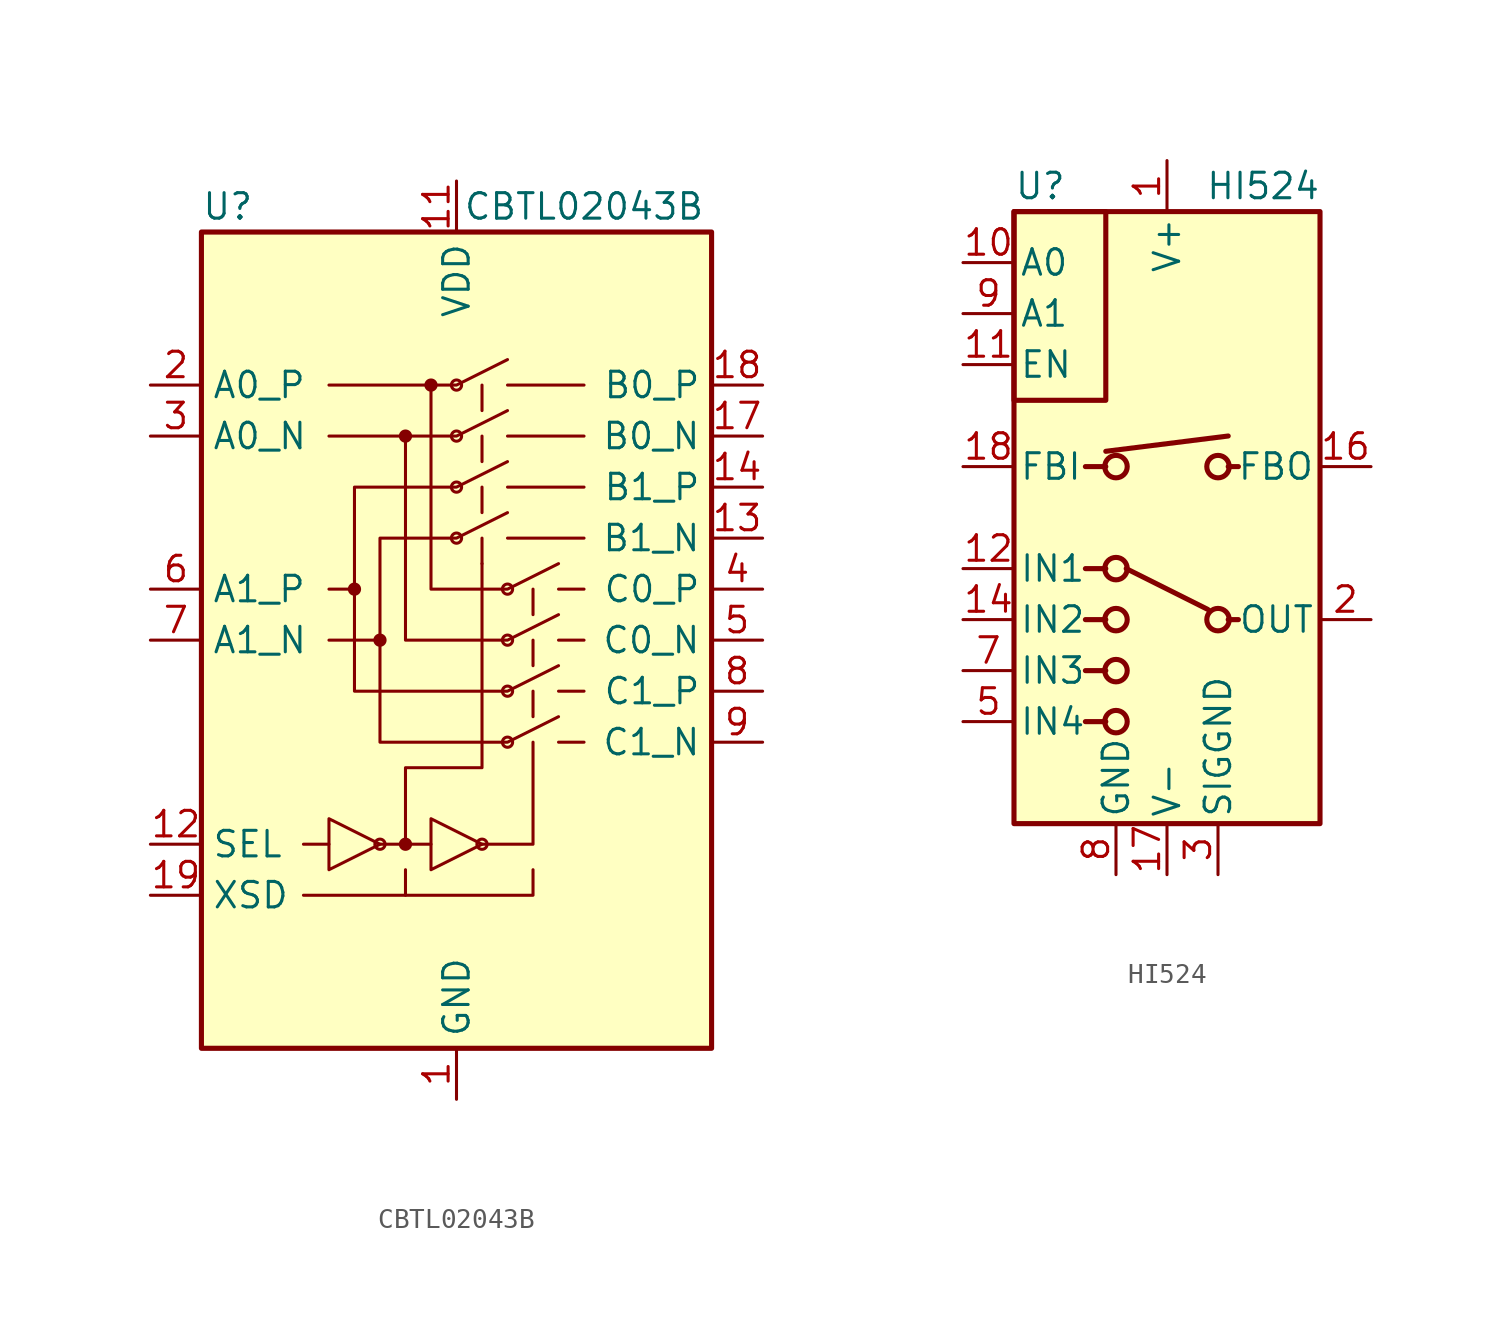
<source format=kicad_sym>
(kicad_symbol_lib
  (version 20211014)
  (generator kicad_symbol_editor)
  (symbol "CBTL02043B"
    (property "Reference" "U"
      (at -12.7 21.59 0)
      (effects (font (size 1.27 1.27)) (justify left)))
    (property "Value" "CBTL02043B"
      (at 6.35 21.59 0)
      (effects (font (size 1.27 1.27))))
    (symbol "CBTL02043B_0_1"
      (rectangle (start -12.7 20.32) (end 12.7 -20.32) (stroke (width 0.254) (type default) (color 0 0 0 0)) (fill (type background)))
      (circle (center -5.08 2.54) (radius 0.254) (stroke (width 0) (type default) (color 0 0 0 0)) (fill (type outline)))
      (circle (center -3.81 0) (radius 0.254) (stroke (width 0) (type default) (color 0 0 0 0)) (fill (type outline)))
      (circle (center -2.54 10.16) (radius 0.254) (stroke (width 0) (type default) (color 0 0 0 0)) (fill (type outline)))
      (circle (center -1.27 12.7) (radius 0.254) (stroke (width 0) (type default) (color 0 0 0 0)) (fill (type outline)))
      (polyline (pts (xy -7.62 -10.16) (xy -6.35 -10.16)) (stroke (width 0) (type default) (color 0 0 0 0)) (fill (type none)))
      (polyline (pts (xy -2.54 -12.7) (xy -2.54 -11.43)) (stroke (width 0) (type default) (color 0 0 0 0)) (fill (type none)))
      (polyline (pts (xy -7.62 -12.7) (xy 3.81 -12.7) (xy 3.81 -11.43)) (stroke (width 0) (type default) (color 0 0 0 0)) (fill (type none)))
      (polyline (pts (xy 1.27 -10.16) (xy -1.27 -8.89) (xy -1.27 -11.43) (xy 1.27 -10.16)) (stroke (width 0) (type default) (color 0 0 0 0)) (fill (type none)))
      (polyline (pts (xy 5.08 -3.81) (xy 2.54 -5.08) (xy -3.81 -5.08) (xy -3.81 0)) (stroke (width 0) (type default) (color 0 0 0 0)) (fill (type none)))
      (polyline (pts (xy 5.08 -1.27) (xy 2.54 -2.54) (xy -5.08 -2.54) (xy -5.08 2.54)) (stroke (width 0) (type default) (color 0 0 0 0)) (fill (type none)))
      (polyline (pts (xy 5.08 1.27) (xy 2.54 0) (xy -2.54 0) (xy -2.54 10.16)) (stroke (width 0) (type default) (color 0 0 0 0)) (fill (type none)))
      (polyline (pts (xy 5.08 3.81) (xy 2.54 2.54) (xy -1.27 2.54) (xy -1.27 12.7)) (stroke (width 0) (type default) (color 0 0 0 0)) (fill (type none))))
    (symbol "CBTL02043B_1_1"
      (circle (center -3.81 -10.16) (radius 0.254) (stroke (width 0) (type default) (color 0 0 0 0)) (fill (type none)))
      (circle (center -2.54 -10.16) (radius 0.254) (stroke (width 0) (type default) (color 0 0 0 0)) (fill (type outline)))
      (polyline (pts (xy -2.54 -10.16) (xy -1.27 -10.16)) (stroke (width 0) (type default) (color 0 0 0 0)) (fill (type none)))
      (polyline (pts (xy 1.27 5.08) (xy 1.27 3.81)) (stroke (width 0) (type default) (color 0 0 0 0)) (fill (type none)))
      (polyline (pts (xy 1.27 7.62) (xy 1.27 6.35)) (stroke (width 0) (type default) (color 0 0 0 0)) (fill (type none)))
      (polyline (pts (xy 1.27 10.16) (xy 1.27 8.89)) (stroke (width 0) (type default) (color 0 0 0 0)) (fill (type none)))
      (polyline (pts (xy 1.27 12.7) (xy 1.27 11.43)) (stroke (width 0) (type default) (color 0 0 0 0)) (fill (type none)))
      (polyline (pts (xy 3.81 -3.81) (xy 3.81 -2.54)) (stroke (width 0) (type default) (color 0 0 0 0)) (fill (type none)))
      (polyline (pts (xy 3.81 -1.27) (xy 3.81 0)) (stroke (width 0) (type default) (color 0 0 0 0)) (fill (type none)))
      (polyline (pts (xy 3.81 1.27) (xy 3.81 2.54)) (stroke (width 0) (type default) (color 0 0 0 0)) (fill (type none)))
      (polyline (pts (xy 6.35 -5.08) (xy 5.08 -5.08)) (stroke (width 0) (type default) (color 0 0 0 0)) (fill (type none)))
      (polyline (pts (xy 6.35 -2.54) (xy 5.08 -2.54)) (stroke (width 0) (type default) (color 0 0 0 0)) (fill (type none)))
      (polyline (pts (xy 6.35 0) (xy 5.08 0)) (stroke (width 0) (type default) (color 0 0 0 0)) (fill (type none)))
      (polyline (pts (xy 6.35 2.54) (xy 5.08 2.54)) (stroke (width 0) (type default) (color 0 0 0 0)) (fill (type none)))
      (polyline (pts (xy 6.35 5.08) (xy 2.54 5.08)) (stroke (width 0) (type default) (color 0 0 0 0)) (fill (type none)))
      (polyline (pts (xy 6.35 7.62) (xy 2.54 7.62)) (stroke (width 0) (type default) (color 0 0 0 0)) (fill (type none)))
      (polyline (pts (xy 6.35 10.16) (xy 2.54 10.16)) (stroke (width 0) (type default) (color 0 0 0 0)) (fill (type none)))
      (polyline (pts (xy 6.35 12.7) (xy 2.54 12.7)) (stroke (width 0) (type default) (color 0 0 0 0)) (fill (type none)))
      (polyline (pts (xy -6.35 10.16) (xy 0 10.16) (xy 2.54 11.43)) (stroke (width 0) (type default) (color 0 0 0 0)) (fill (type none)))
      (polyline (pts (xy -6.35 12.7) (xy 0 12.7) (xy 2.54 13.97)) (stroke (width 0) (type default) (color 0 0 0 0)) (fill (type none)))
      (polyline (pts (xy 1.27 -10.16) (xy 3.81 -10.16) (xy 3.81 -5.08)) (stroke (width 0) (type default) (color 0 0 0 0)) (fill (type none)))
      (polyline (pts (xy -3.81 -10.16) (xy -6.35 -8.89) (xy -6.35 -11.43) (xy -3.81 -10.16)) (stroke (width 0) (type default) (color 0 0 0 0)) (fill (type none)))
      (polyline (pts (xy -6.35 0) (xy -3.81 0) (xy -3.81 5.08) (xy 0 5.08) (xy 2.54 6.35)) (stroke (width 0) (type default) (color 0 0 0 0)) (fill (type none)))
      (polyline (pts (xy -6.35 2.54) (xy -5.08 2.54) (xy -5.08 7.62) (xy 0 7.62) (xy 2.54 8.89)) (stroke (width 0) (type default) (color 0 0 0 0)) (fill (type none)))
      (polyline (pts (xy 1.27 3.81) (xy 1.27 -6.35) (xy -2.54 -6.35) (xy -2.54 -10.16) (xy -3.81 -10.16)) (stroke (width 0) (type default) (color 0 0 0 0)) (fill (type none)))
      (circle (center 0 5.08) (radius 0.254) (stroke (width 0) (type default) (color 0 0 0 0)) (fill (type none)))
      (circle (center 0 7.62) (radius 0.254) (stroke (width 0) (type default) (color 0 0 0 0)) (fill (type none)))
      (circle (center 0 10.16) (radius 0.254) (stroke (width 0) (type default) (color 0 0 0 0)) (fill (type none)))
      (circle (center 0 12.7) (radius 0.254) (stroke (width 0) (type default) (color 0 0 0 0)) (fill (type none)))
      (circle (center 1.27 -10.16) (radius 0.254) (stroke (width 0) (type default) (color 0 0 0 0)) (fill (type none)))
      (circle (center 2.54 -5.08) (radius 0.254) (stroke (width 0) (type default) (color 0 0 0 0)) (fill (type none)))
      (circle (center 2.54 -2.54) (radius 0.254) (stroke (width 0) (type default) (color 0 0 0 0)) (fill (type none)))
      (circle (center 2.54 0) (radius 0.254) (stroke (width 0) (type default) (color 0 0 0 0)) (fill (type none)))
      (circle (center 2.54 2.54) (radius 0.254) (stroke (width 0) (type default) (color 0 0 0 0)) (fill (type none)))
      (pin power_in line (at 0 -22.86 90) (length 2.54) (name "GND" (effects (font (size 1.27 1.27)))) (number "1" (effects (font (size 1.27 1.27)))))
      (pin passive line (at 0 -22.86 90) (length 2.54) hide (name "GND" (effects (font (size 1.27 1.27)))) (number "10" (effects (font (size 1.27 1.27)))))
      (pin power_in line (at 0 22.86 270) (length 2.54) (name "VDD" (effects (font (size 1.27 1.27)))) (number "11" (effects (font (size 1.27 1.27)))))
      (pin input line (at -15.24 -10.16 0) (length 2.54) (name "SEL" (effects (font (size 1.27 1.27)))) (number "12" (effects (font (size 1.27 1.27)))))
      (pin passive line (at 15.24 5.08 180) (length 2.54) (name "B1_N" (effects (font (size 1.27 1.27)))) (number "13" (effects (font (size 1.27 1.27)))))
      (pin passive line (at 15.24 7.62 180) (length 2.54) (name "B1_P" (effects (font (size 1.27 1.27)))) (number "14" (effects (font (size 1.27 1.27)))))
      (pin passive line (at 0 -22.86 90) (length 2.54) hide (name "GND" (effects (font (size 1.27 1.27)))) (number "15" (effects (font (size 1.27 1.27)))))
      (pin passive line (at 0 22.86 270) (length 2.54) hide (name "VDD" (effects (font (size 1.27 1.27)))) (number "16" (effects (font (size 1.27 1.27)))))
      (pin passive line (at 15.24 10.16 180) (length 2.54) (name "B0_N" (effects (font (size 1.27 1.27)))) (number "17" (effects (font (size 1.27 1.27)))))
      (pin passive line (at 15.24 12.7 180) (length 2.54) (name "B0_P" (effects (font (size 1.27 1.27)))) (number "18" (effects (font (size 1.27 1.27)))))
      (pin input line (at -15.24 -12.7 0) (length 2.54) (name "XSD" (effects (font (size 1.27 1.27)))) (number "19" (effects (font (size 1.27 1.27)))))
      (pin passive line (at -15.24 12.7 0) (length 2.54) (name "A0_P" (effects (font (size 1.27 1.27)))) (number "2" (effects (font (size 1.27 1.27)))))
      (pin passive line (at 0 22.86 270) (length 2.54) hide (name "VDD" (effects (font (size 1.27 1.27)))) (number "20" (effects (font (size 1.27 1.27)))))
      (pin passive line (at 0 -22.86 90) (length 2.54) hide (name "GND" (effects (font (size 1.27 1.27)))) (number "21" (effects (font (size 1.27 1.27)))))
      (pin passive line (at -15.24 10.16 0) (length 2.54) (name "A0_N" (effects (font (size 1.27 1.27)))) (number "3" (effects (font (size 1.27 1.27)))))
      (pin passive line (at 15.24 2.54 180) (length 2.54) (name "C0_P" (effects (font (size 1.27 1.27)))) (number "4" (effects (font (size 1.27 1.27)))))
      (pin passive line (at 15.24 0 180) (length 2.54) (name "C0_N" (effects (font (size 1.27 1.27)))) (number "5" (effects (font (size 1.27 1.27)))))
      (pin passive line (at -15.24 2.54 0) (length 2.54) (name "A1_P" (effects (font (size 1.27 1.27)))) (number "6" (effects (font (size 1.27 1.27)))))
      (pin passive line (at -15.24 0 0) (length 2.54) (name "A1_N" (effects (font (size 1.27 1.27)))) (number "7" (effects (font (size 1.27 1.27)))))
      (pin passive line (at 15.24 -2.54 180) (length 2.54) (name "C1_P" (effects (font (size 1.27 1.27)))) (number "8" (effects (font (size 1.27 1.27)))))
      (pin passive line (at 15.24 -5.08 180) (length 2.54) (name "C1_N" (effects (font (size 1.27 1.27)))) (number "9" (effects (font (size 1.27 1.27)))))))
  (symbol "HI524"
    (pin_names
      (offset 0.254))
    (property "Reference" "U"
      (at -7.62 16.51 0)
      (effects (font (size 1.27 1.27)) (justify left)))
    (property "Value" "HI524"
      (at 1.905 16.51 0)
      (effects (font (size 1.27 1.27)) (justify left)))
    (symbol "HI524_0_1"
      (rectangle (start -7.62 -15.24) (end 7.62 15.24) (stroke (width 0.254) (type default) (color 0 0 0 0)) (fill (type background)))
      (rectangle (start -7.62 5.842) (end -3.048 15.24) (stroke (width 0.254) (type default) (color 0 0 0 0)) (fill (type none)))
      (circle (center -2.54 -10.16) (radius 0.559) (stroke (width 0.254) (type default) (color 0 0 0 0)) (fill (type none)))
      (circle (center -2.54 -7.62) (radius 0.559) (stroke (width 0.254) (type default) (color 0 0 0 0)) (fill (type none)))
      (circle (center -2.54 -5.08) (radius 0.559) (stroke (width 0.254) (type default) (color 0 0 0 0)) (fill (type none)))
      (circle (center -2.54 -2.54) (radius 0.559) (stroke (width 0.254) (type default) (color 0 0 0 0)) (fill (type none)))
      (circle (center -2.54 2.54) (radius 0.559) (stroke (width 0.254) (type default) (color 0 0 0 0)) (fill (type none)))
      (polyline (pts (xy -4.064 -10.16) (xy -3.048 -10.16)) (stroke (width 0.254) (type default) (color 0 0 0 0)) (fill (type none)))
      (polyline (pts (xy -4.064 -5.08) (xy -3.048 -5.08)) (stroke (width 0.254) (type default) (color 0 0 0 0)) (fill (type none)))
      (polyline (pts (xy -3.048 -7.62) (xy -4.064 -7.62)) (stroke (width 0.254) (type default) (color 0 0 0 0)) (fill (type none)))
      (polyline (pts (xy -3.048 -2.54) (xy -4.064 -2.54)) (stroke (width 0.254) (type default) (color 0 0 0 0)) (fill (type none)))
      (polyline (pts (xy -3.048 2.54) (xy -4.064 2.54)) (stroke (width 0.254) (type default) (color 0 0 0 0)) (fill (type none)))
      (polyline (pts (xy -3.048 3.302) (xy 3.048 4.064)) (stroke (width 0.254) (type default) (color 0 0 0 0)) (fill (type none)))
      (polyline (pts (xy 2.032 -4.572) (xy -2.032 -2.54)) (stroke (width 0.254) (type default) (color 0 0 0 0)) (fill (type none)))
      (polyline (pts (xy 3.048 -5.08) (xy 3.556 -5.08)) (stroke (width 0.254) (type default) (color 0 0 0 0)) (fill (type none)))
      (polyline (pts (xy 3.048 2.54) (xy 3.556 2.54)) (stroke (width 0.254) (type default) (color 0 0 0 0)) (fill (type none)))
      (circle (center 2.54 -5.08) (radius 0.559) (stroke (width 0.254) (type default) (color 0 0 0 0)) (fill (type none)))
      (circle (center 2.54 2.54) (radius 0.559) (stroke (width 0.254) (type default) (color 0 0 0 0)) (fill (type none))))
    (symbol "HI524_1_1"
      (pin power_in line (at 0 17.78 270) (length 2.54) (name "V+" (effects (font (size 1.27 1.27)))) (number "1" (effects (font (size 1.27 1.27)))))
      (pin input line (at -10.16 12.7 0) (length 2.54) (name "A0" (effects (font (size 1.27 1.27)))) (number "10" (effects (font (size 1.27 1.27)))))
      (pin input line (at -10.16 7.62 0) (length 2.54) (name "EN" (effects (font (size 1.27 1.27)))) (number "11" (effects (font (size 1.27 1.27)))))
      (pin input line (at -10.16 -2.54 0) (length 2.54) (name "IN1" (effects (font (size 1.27 1.27)))) (number "12" (effects (font (size 1.27 1.27)))))
      (pin passive line (at 2.54 -17.78 90) (length 2.54) hide (name "SIGGND" (effects (font (size 1.27 1.27)))) (number "13" (effects (font (size 1.27 1.27)))))
      (pin input line (at -10.16 -5.08 0) (length 2.54) (name "IN2" (effects (font (size 1.27 1.27)))) (number "14" (effects (font (size 1.27 1.27)))))
      (pin passive line (at 2.54 -17.78 90) (length 2.54) hide (name "SIGGND" (effects (font (size 1.27 1.27)))) (number "15" (effects (font (size 1.27 1.27)))))
      (pin output line (at 10.16 2.54 180) (length 2.54) (name "FBO" (effects (font (size 1.27 1.27)))) (number "16" (effects (font (size 1.27 1.27)))))
      (pin power_in line (at 0 -17.78 90) (length 2.54) (name "V-" (effects (font (size 1.27 1.27)))) (number "17" (effects (font (size 1.27 1.27)))))
      (pin input line (at -10.16 2.54 0) (length 2.54) (name "FBI" (effects (font (size 1.27 1.27)))) (number "18" (effects (font (size 1.27 1.27)))))
      (pin output line (at 10.16 -5.08 180) (length 2.54) (name "OUT" (effects (font (size 1.27 1.27)))) (number "2" (effects (font (size 1.27 1.27)))))
      (pin power_in line (at 2.54 -17.78 90) (length 2.54) (name "SIGGND" (effects (font (size 1.27 1.27)))) (number "3" (effects (font (size 1.27 1.27)))))
      (pin passive line (at 2.54 -17.78 90) (length 2.54) hide (name "SIGGND" (effects (font (size 1.27 1.27)))) (number "4" (effects (font (size 1.27 1.27)))))
      (pin input line (at -10.16 -10.16 0) (length 2.54) (name "IN4" (effects (font (size 1.27 1.27)))) (number "5" (effects (font (size 1.27 1.27)))))
      (pin passive line (at 2.54 -17.78 90) (length 2.54) hide (name "SIGGND" (effects (font (size 1.27 1.27)))) (number "6" (effects (font (size 1.27 1.27)))))
      (pin input line (at -10.16 -7.62 0) (length 2.54) (name "IN3" (effects (font (size 1.27 1.27)))) (number "7" (effects (font (size 1.27 1.27)))))
      (pin power_in line (at -2.54 -17.78 90) (length 2.54) (name "GND" (effects (font (size 1.27 1.27)))) (number "8" (effects (font (size 1.27 1.27)))))
      (pin input line (at -10.16 10.16 0) (length 2.54) (name "A1" (effects (font (size 1.27 1.27)))) (number "9" (effects (font (size 1.27 1.27))))))))
</source>
